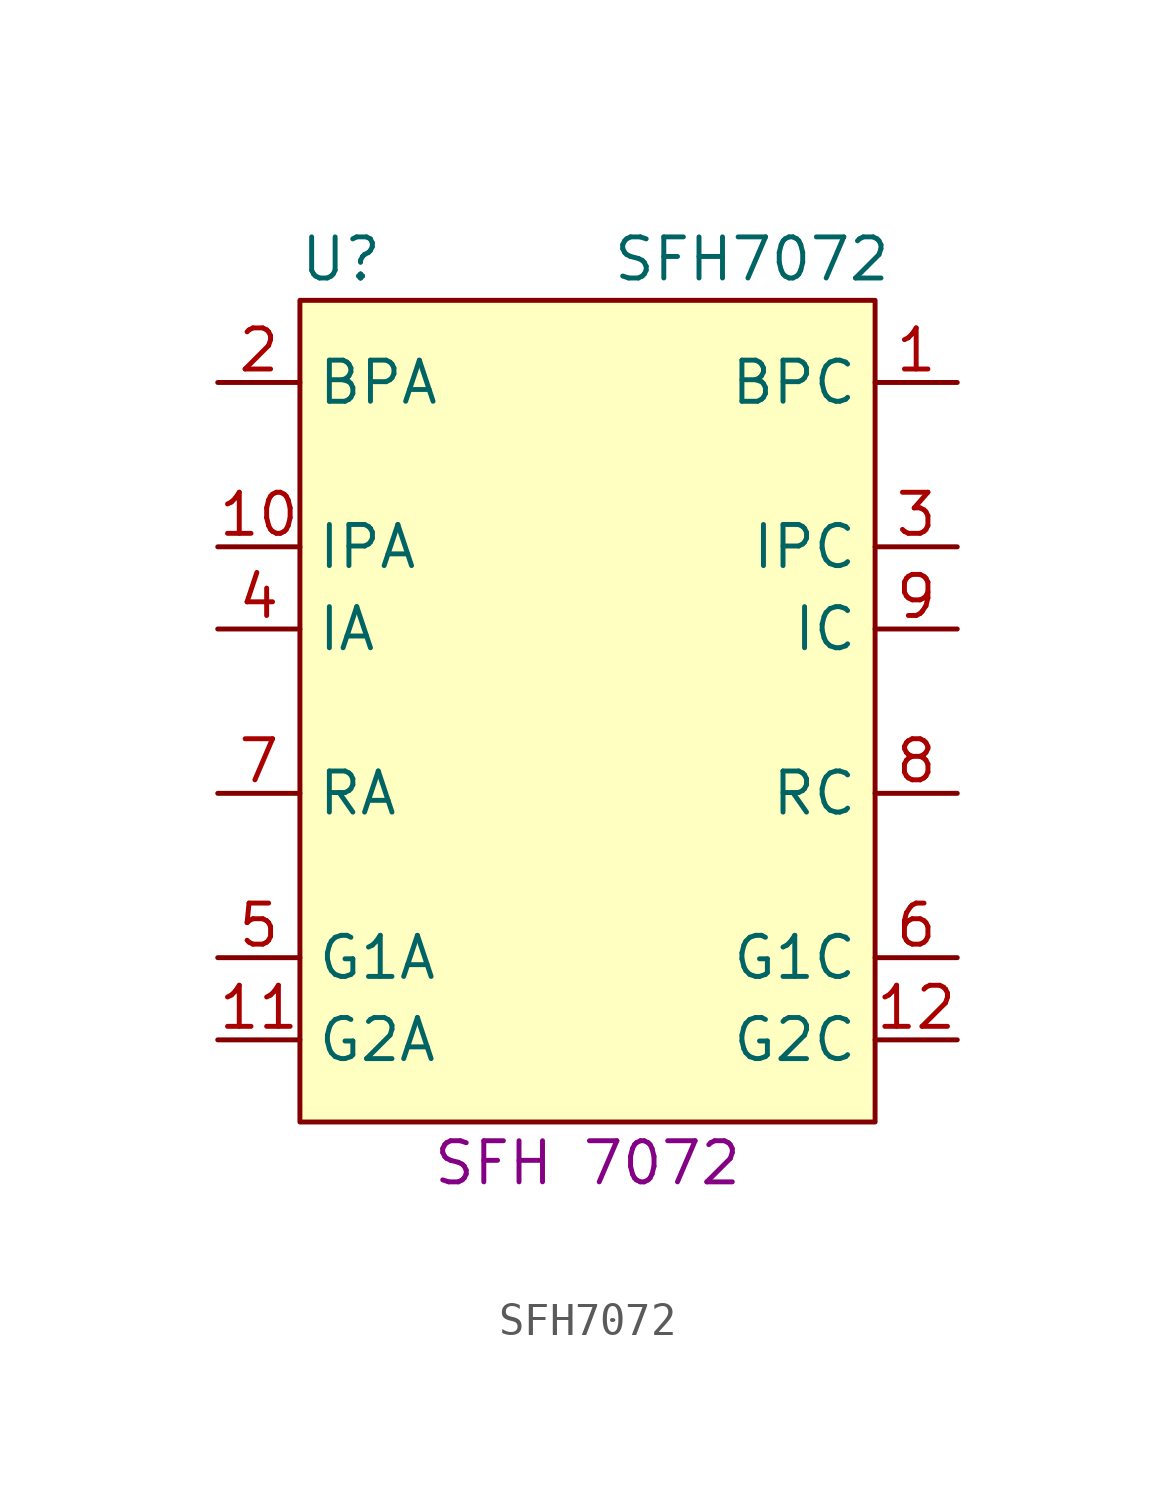
<source format=kicad_sym>
(kicad_symbol_lib
  (version 20231120)
  (generator "kicad_symbol_editor")
  (generator_version "8.0")
  (symbol "SFH7072"
    (property "Reference" "U"
      (at -7.62 13.97 0)
      (effects (font (size 1.27 1.27))))
    (property "Value" "SFH7072"
      (at 5.08 13.97 0)
      (effects (font (size 1.27 1.27))))
    (property "MPN" "SFH 7072"
      (at 0 -13.97 0)
      (effects (font (size 1.27 1.27))))
    (symbol "SFH7072_0_1"
      (rectangle (start 8.89 -12.7) (end -8.89 12.7) (stroke (width 0) (type default)) (fill (type background))))
    (symbol "SFH7072_1_1"
      (pin passive line (at 11.43 10.16 180) (length 2.54) (name "BPC" (effects (font (size 1.27 1.27)))) (number "1" (effects (font (size 1.27 1.27)))))
      (pin passive line (at -11.43 5.08 0) (length 2.54) (name "IPA" (effects (font (size 1.27 1.27)))) (number "10" (effects (font (size 1.27 1.27)))))
      (pin passive line (at -11.43 -10.16 0) (length 2.54) (name "G2A" (effects (font (size 1.27 1.27)))) (number "11" (effects (font (size 1.27 1.27)))))
      (pin passive line (at 11.43 -10.16 180) (length 2.54) (name "G2C" (effects (font (size 1.27 1.27)))) (number "12" (effects (font (size 1.27 1.27)))))
      (pin passive line (at -11.43 10.16 0) (length 2.54) (name "BPA" (effects (font (size 1.27 1.27)))) (number "2" (effects (font (size 1.27 1.27)))))
      (pin passive line (at 11.43 5.08 180) (length 2.54) (name "IPC" (effects (font (size 1.27 1.27)))) (number "3" (effects (font (size 1.27 1.27)))))
      (pin passive line (at -11.43 2.54 0) (length 2.54) (name "IA" (effects (font (size 1.27 1.27)))) (number "4" (effects (font (size 1.27 1.27)))))
      (pin passive line (at -11.43 -7.62 0) (length 2.54) (name "G1A" (effects (font (size 1.27 1.27)))) (number "5" (effects (font (size 1.27 1.27)))))
      (pin passive line (at 11.43 -7.62 180) (length 2.54) (name "G1C" (effects (font (size 1.27 1.27)))) (number "6" (effects (font (size 1.27 1.27)))))
      (pin passive line (at -11.43 -2.54 0) (length 2.54) (name "RA" (effects (font (size 1.27 1.27)))) (number "7" (effects (font (size 1.27 1.27)))))
      (pin passive line (at 11.43 -2.54 180) (length 2.54) (name "RC" (effects (font (size 1.27 1.27)))) (number "8" (effects (font (size 1.27 1.27)))))
      (pin passive line (at 11.43 2.54 180) (length 2.54) (name "IC" (effects (font (size 1.27 1.27)))) (number "9" (effects (font (size 1.27 1.27))))))))
</source>
